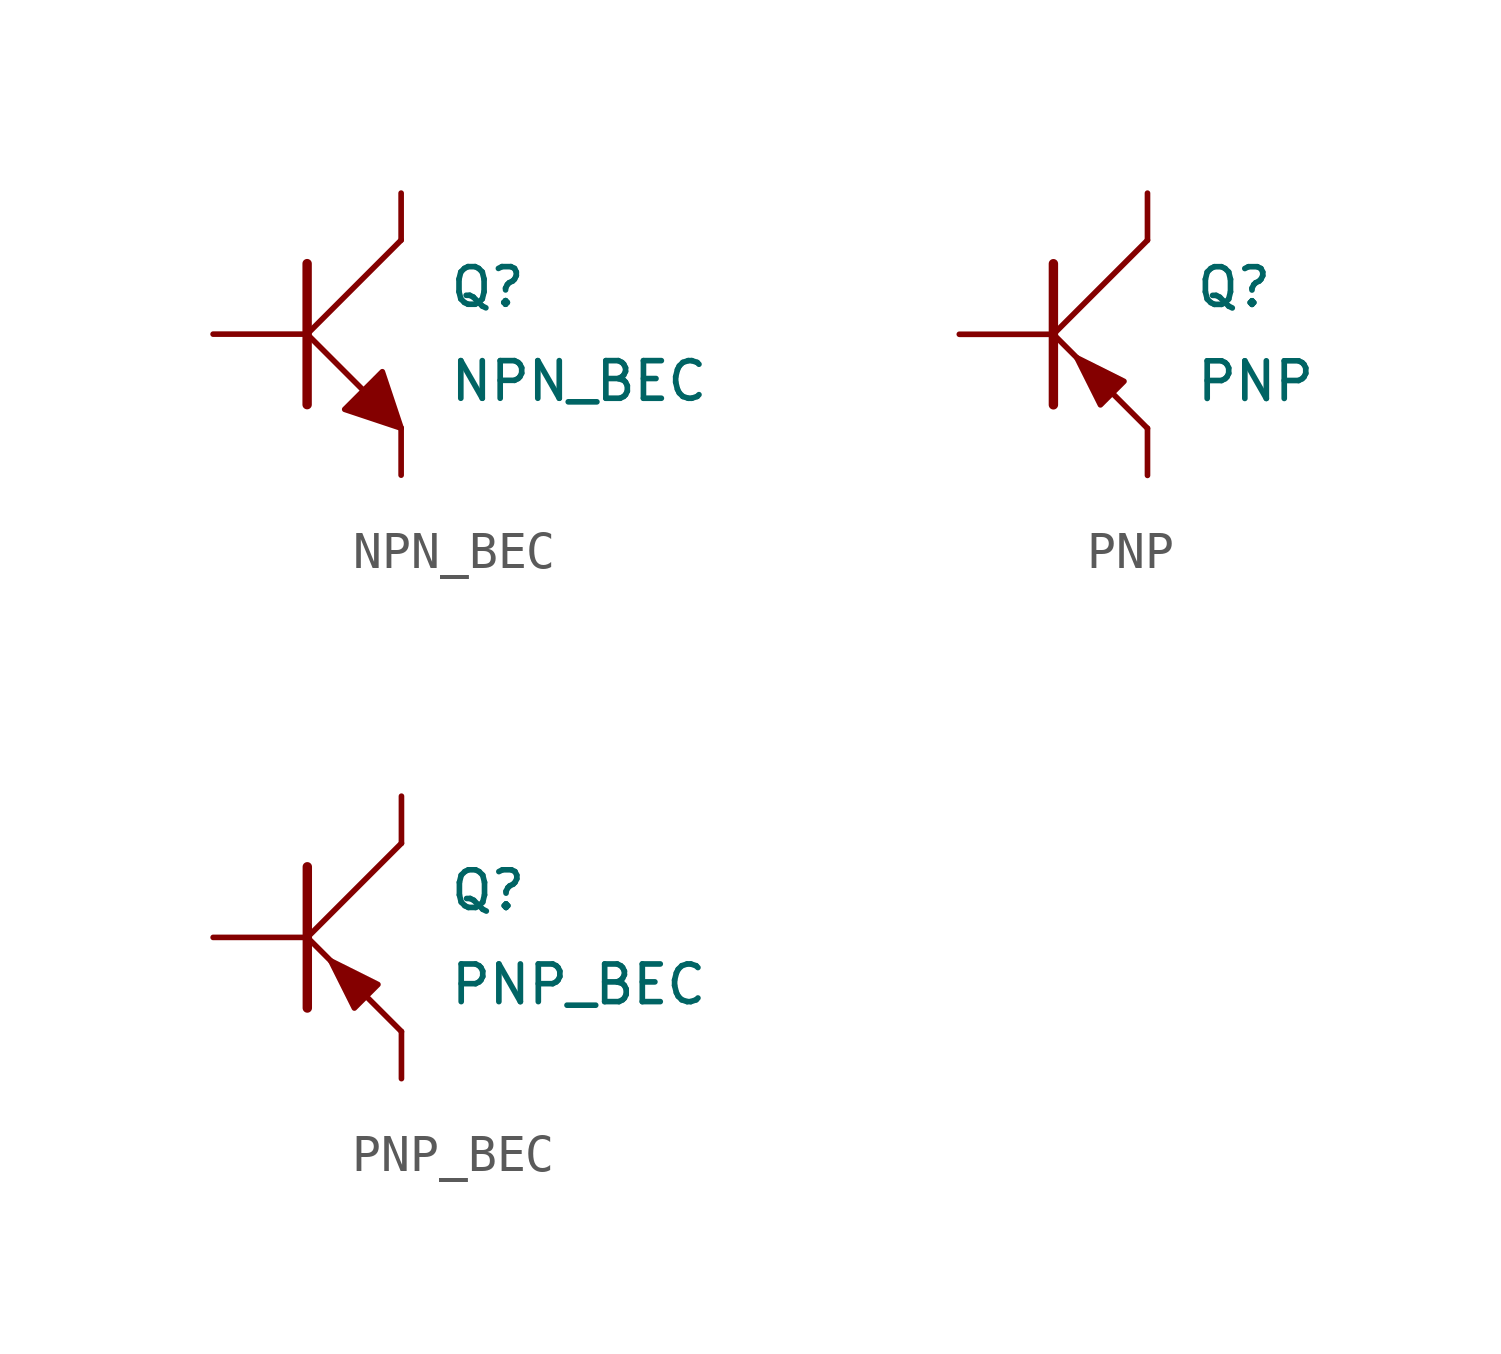
<source format=kicad_sym>
(kicad_symbol_lib
  (version 20211014)
  (generator kicad_symbol_editor)
  (symbol "NPN_BEC"
    (pin_numbers hide)
    (pin_names
      (offset 0) hide)
    (property "Reference" "Q"
      (at 3.81 1.27 0)
      (effects (font (size 1.016 1.016)) (justify left)))
    (property "Value" "NPN_BEC"
      (at 3.81 -1.27 0)
      (effects (font (size 1.016 1.016)) (justify left)))
    (symbol "NPN_BEC_0_1"
      (polyline (pts (xy 0 0) (xy 2.54 2.54)) (stroke (width 0) (type default) (color 0 0 0 0)) (fill (type none)))
      (polyline (pts (xy 0 1.905) (xy 0 -1.905) (xy 0 -1.905)) (stroke (width 0.254) (type default) (color 0 0 0 0)) (fill (type none)))
      (polyline (pts (xy 1.524 -1.524) (xy 0 0) (xy 0 0)) (stroke (width 0) (type default) (color 0 0 0 0)) (fill (type none)))
      (polyline (pts (xy 2.286 -2.286) (xy 2.54 -2.54) (xy 2.54 -2.54)) (stroke (width 0) (type default) (color 0 0 0 0)) (fill (type none)))
      (polyline (pts (xy 2.54 -2.54) (xy 2.032 -1.016) (xy 1.016 -2.032) (xy 2.54 -2.54) (xy 2.54 -2.54)) (stroke (width 0) (type default) (color 0 0 0 0)) (fill (type outline))))
    (symbol "NPN_BEC_1_1"
      (pin input line (at -2.54 0 0) (length 2.54) (name "B" (effects (font (size 1.016 1.016)))) (number "1" (effects (font (size 1.016 1.016)))))
      (pin passive line (at 2.54 -3.81 90) (length 1.27) (name "E" (effects (font (size 1.016 1.016)))) (number "2" (effects (font (size 1.016 1.016)))))
      (pin passive line (at 2.54 3.81 270) (length 1.27) (name "C" (effects (font (size 1.016 1.016)))) (number "3" (effects (font (size 1.016 1.016)))))))
  (symbol "PNP"
    (pin_numbers hide)
    (pin_names
      (offset 0) hide)
    (property "Reference" "Q"
      (at 3.81 1.27 0)
      (effects (font (size 1.016 1.016)) (justify left)))
    (property "Value" "PNP"
      (at 3.81 -1.27 0)
      (effects (font (size 1.016 1.016)) (justify left)))
    (symbol "PNP_0_1"
      (polyline (pts (xy 0 0) (xy 2.54 2.54)) (stroke (width 0) (type default) (color 0 0 0 0)) (fill (type none)))
      (polyline (pts (xy 0 1.905) (xy 0 -1.905) (xy 0 -1.905)) (stroke (width 0.254) (type default) (color 0 0 0 0)) (fill (type outline)))
      (polyline (pts (xy 0.635 -0.635) (xy 0 0) (xy 0 0)) (stroke (width 0) (type default) (color 0 0 0 0)) (fill (type none)))
      (polyline (pts (xy 2.54 -2.54) (xy 1.651 -1.651) (xy 1.651 -1.651)) (stroke (width 0) (type default) (color 0 0 0 0)) (fill (type none)))
      (polyline (pts (xy 0.635 -0.635) (xy 1.27 -1.905) (xy 1.905 -1.27) (xy 0.635 -0.635) (xy 0.635 -0.635)) (stroke (width 0) (type default) (color 0 0 0 0)) (fill (type outline))))
    (symbol "PNP_1_1"
      (pin input line (at -2.54 0 0) (length 2.54) (name "B" (effects (font (size 1.016 1.016)))) (number "1" (effects (font (size 1.016 1.016)))))
      (pin passive line (at 2.54 -3.81 90) (length 1.27) (name "E" (effects (font (size 1.016 1.016)))) (number "2" (effects (font (size 1.016 1.016)))))
      (pin passive line (at 2.54 3.81 270) (length 1.27) (name "C" (effects (font (size 1.016 1.016)))) (number "3" (effects (font (size 1.016 1.016)))))))
  (symbol "PNP_BEC"
    (pin_numbers hide)
    (pin_names
      (offset 0) hide)
    (property "Reference" "Q"
      (at 3.81 1.27 0)
      (effects (font (size 1.016 1.016)) (justify left)))
    (property "Value" "PNP_BEC"
      (at 3.81 -1.27 0)
      (effects (font (size 1.016 1.016)) (justify left)))
    (symbol "PNP_BEC_0_1"
      (polyline (pts (xy 0 0) (xy 2.54 2.54)) (stroke (width 0) (type default) (color 0 0 0 0)) (fill (type none)))
      (polyline (pts (xy 0 1.905) (xy 0 -1.905) (xy 0 -1.905)) (stroke (width 0.254) (type default) (color 0 0 0 0)) (fill (type outline)))
      (polyline (pts (xy 0.635 -0.635) (xy 0 0) (xy 0 0)) (stroke (width 0) (type default) (color 0 0 0 0)) (fill (type none)))
      (polyline (pts (xy 2.54 -2.54) (xy 1.651 -1.651) (xy 1.651 -1.651)) (stroke (width 0) (type default) (color 0 0 0 0)) (fill (type none)))
      (polyline (pts (xy 0.635 -0.635) (xy 1.27 -1.905) (xy 1.905 -1.27) (xy 0.635 -0.635) (xy 0.635 -0.635)) (stroke (width 0) (type default) (color 0 0 0 0)) (fill (type outline))))
    (symbol "PNP_BEC_1_1"
      (pin input line (at -2.54 0 0) (length 2.54) (name "B" (effects (font (size 1.016 1.016)))) (number "1" (effects (font (size 1.016 1.016)))))
      (pin passive line (at 2.54 -3.81 90) (length 1.27) (name "E" (effects (font (size 1.016 1.016)))) (number "2" (effects (font (size 1.016 1.016)))))
      (pin passive line (at 2.54 3.81 270) (length 1.27) (name "C" (effects (font (size 1.016 1.016)))) (number "3" (effects (font (size 1.016 1.016))))))))
</source>
